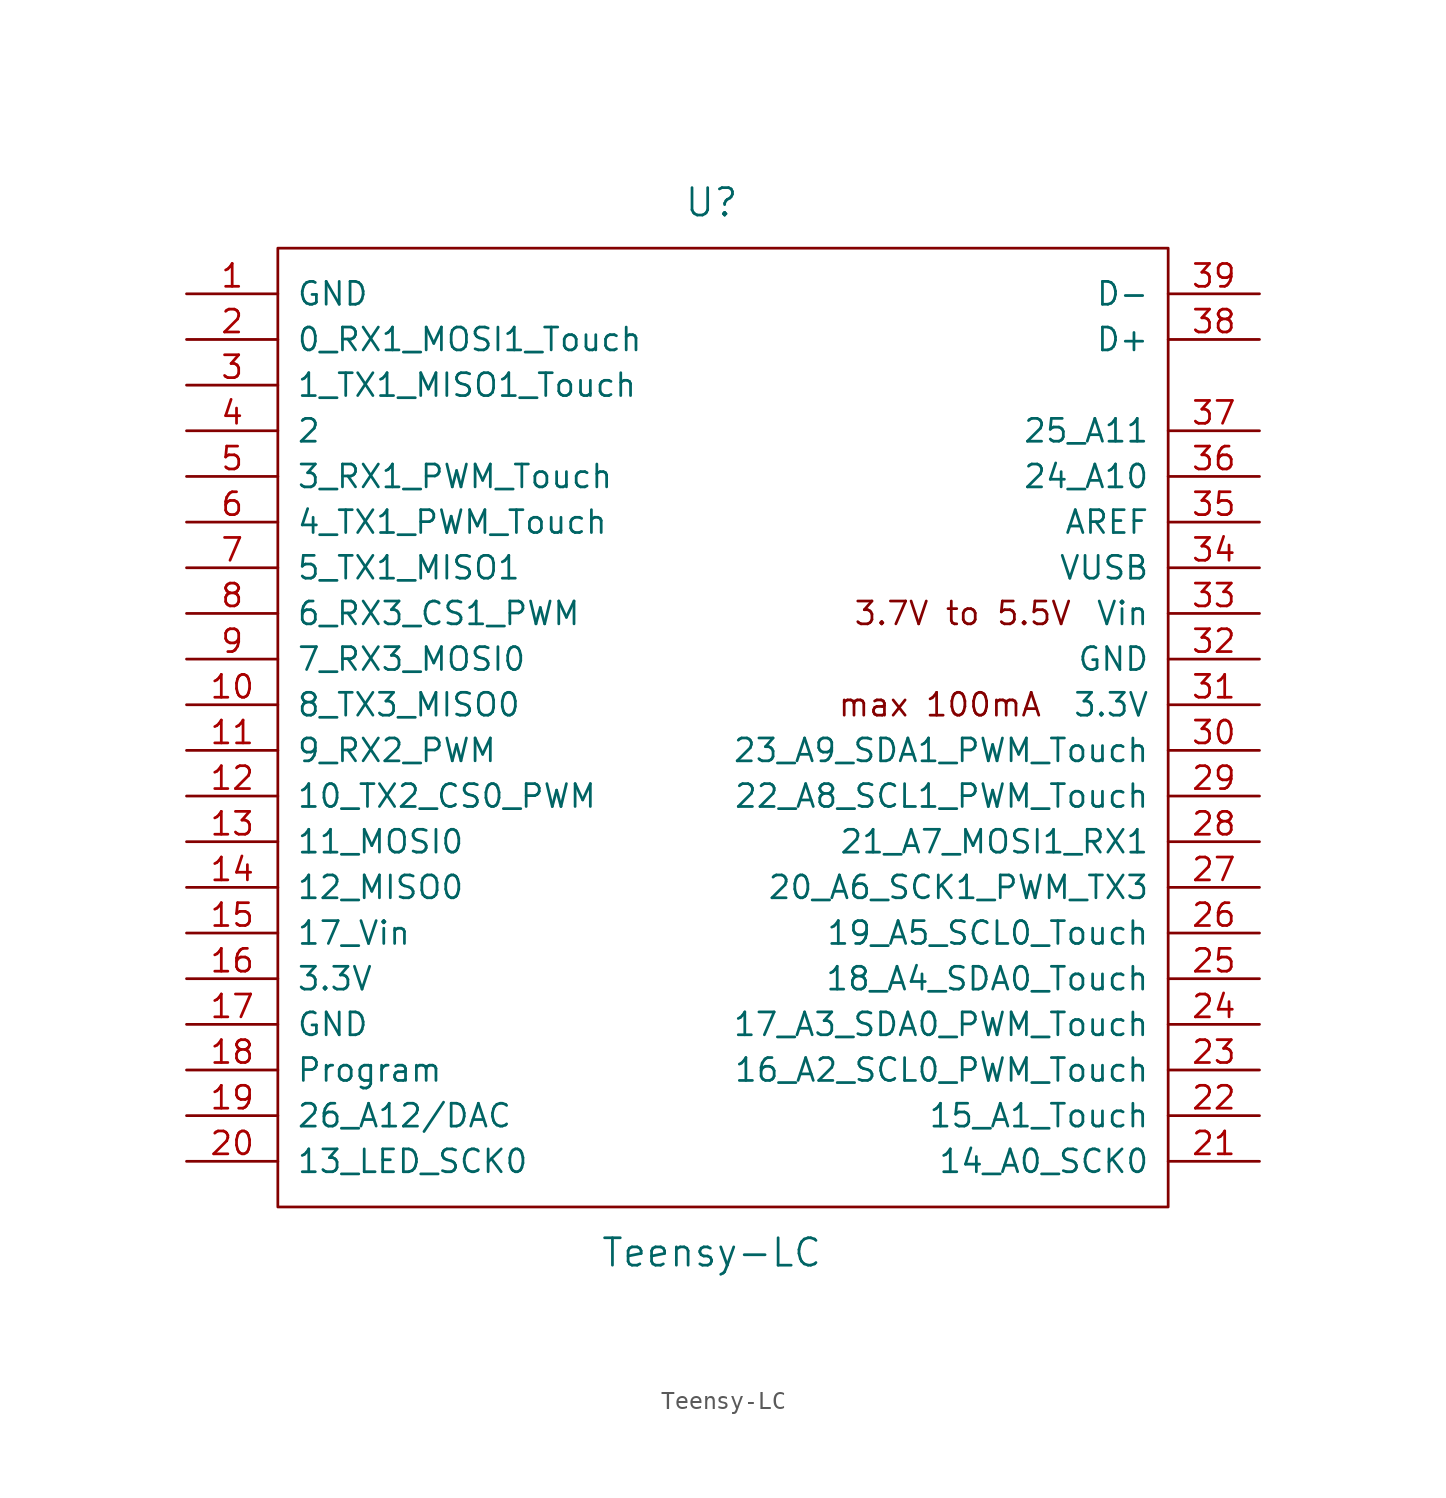
<source format=kicad_sym>
(kicad_symbol_lib
  (version 20211014)
  (generator kicad_symbol_editor)
  (symbol "Teensy-LC"
    (pin_names
      (offset 1.016))
    (property "Reference" "U"
      (at 0 29.21 0)
      (effects (font (size 1.524 1.524))))
    (property "Value" "Teensy-LC"
      (at 0 -29.21 0)
      (effects (font (size 1.524 1.524))))
    (property "Footprint" ""
      (at 0 -13.97 0)
      (effects (font (size 1.524 1.524))))
    (property "Datasheet" ""
      (at 0 -13.97 0)
      (effects (font (size 1.524 1.524))))
    (symbol "Teensy-LC_0_0"
      (text "3.7V to 5.5V" (at 13.97 6.35 0) (effects (font (size 1.27 1.27))))
      (text "max 100mA" (at 12.7 1.27 0) (effects (font (size 1.27 1.27)))))
    (symbol "Teensy-LC_0_1"
      (rectangle (start -24.13 26.67) (end 25.4 -26.67) (stroke (width 0) (type default) (color 0 0 0 0)) (fill (type none))))
    (symbol "Teensy-LC_1_1"
      (pin power_in line (at -29.21 24.13 0) (length 5.08) (name "GND" (effects (font (size 1.27 1.27)))) (number "1" (effects (font (size 1.27 1.27)))))
      (pin bidirectional line (at -29.21 1.27 0) (length 5.08) (name "8_TX3_MISO0" (effects (font (size 1.27 1.27)))) (number "10" (effects (font (size 1.27 1.27)))))
      (pin bidirectional line (at -29.21 -1.27 0) (length 5.08) (name "9_RX2_PWM" (effects (font (size 1.27 1.27)))) (number "11" (effects (font (size 1.27 1.27)))))
      (pin bidirectional line (at -29.21 -3.81 0) (length 5.08) (name "10_TX2_CS0_PWM" (effects (font (size 1.27 1.27)))) (number "12" (effects (font (size 1.27 1.27)))))
      (pin bidirectional line (at -29.21 -6.35 0) (length 5.08) (name "11_MOSI0" (effects (font (size 1.27 1.27)))) (number "13" (effects (font (size 1.27 1.27)))))
      (pin bidirectional line (at -29.21 -8.89 0) (length 5.08) (name "12_MISO0" (effects (font (size 1.27 1.27)))) (number "14" (effects (font (size 1.27 1.27)))))
      (pin output line (at -29.21 -11.43 0) (length 5.08) (name "17_Vin" (effects (font (size 1.27 1.27)))) (number "15" (effects (font (size 1.27 1.27)))))
      (pin power_in line (at -29.21 -13.97 0) (length 5.08) (name "3.3V" (effects (font (size 1.27 1.27)))) (number "16" (effects (font (size 1.27 1.27)))))
      (pin power_in line (at -29.21 -16.51 0) (length 5.08) (name "GND" (effects (font (size 1.27 1.27)))) (number "17" (effects (font (size 1.27 1.27)))))
      (pin input line (at -29.21 -19.05 0) (length 5.08) (name "Program" (effects (font (size 1.27 1.27)))) (number "18" (effects (font (size 1.27 1.27)))))
      (pin bidirectional line (at -29.21 -21.59 0) (length 5.08) (name "26_A12/DAC" (effects (font (size 1.27 1.27)))) (number "19" (effects (font (size 1.27 1.27)))))
      (pin bidirectional line (at -29.21 21.59 0) (length 5.08) (name "0_RX1_MOSI1_Touch" (effects (font (size 1.27 1.27)))) (number "2" (effects (font (size 1.27 1.27)))))
      (pin bidirectional line (at -29.21 -24.13 0) (length 5.08) (name "13_LED_SCK0" (effects (font (size 1.27 1.27)))) (number "20" (effects (font (size 1.27 1.27)))))
      (pin bidirectional line (at 30.48 -24.13 180) (length 5.08) (name "14_A0_SCK0" (effects (font (size 1.27 1.27)))) (number "21" (effects (font (size 1.27 1.27)))))
      (pin bidirectional line (at 30.48 -21.59 180) (length 5.08) (name "15_A1_Touch" (effects (font (size 1.27 1.27)))) (number "22" (effects (font (size 1.27 1.27)))))
      (pin bidirectional line (at 30.48 -19.05 180) (length 5.08) (name "16_A2_SCL0_PWM_Touch" (effects (font (size 1.27 1.27)))) (number "23" (effects (font (size 1.27 1.27)))))
      (pin bidirectional line (at 30.48 -16.51 180) (length 5.08) (name "17_A3_SDA0_PWM_Touch" (effects (font (size 1.27 1.27)))) (number "24" (effects (font (size 1.27 1.27)))))
      (pin bidirectional line (at 30.48 -13.97 180) (length 5.08) (name "18_A4_SDA0_Touch" (effects (font (size 1.27 1.27)))) (number "25" (effects (font (size 1.27 1.27)))))
      (pin bidirectional line (at 30.48 -11.43 180) (length 5.08) (name "19_A5_SCL0_Touch" (effects (font (size 1.27 1.27)))) (number "26" (effects (font (size 1.27 1.27)))))
      (pin bidirectional line (at 30.48 -8.89 180) (length 5.08) (name "20_A6_SCK1_PWM_TX3" (effects (font (size 1.27 1.27)))) (number "27" (effects (font (size 1.27 1.27)))))
      (pin bidirectional line (at 30.48 -6.35 180) (length 5.08) (name "21_A7_MOSI1_RX1" (effects (font (size 1.27 1.27)))) (number "28" (effects (font (size 1.27 1.27)))))
      (pin bidirectional line (at 30.48 -3.81 180) (length 5.08) (name "22_A8_SCL1_PWM_Touch" (effects (font (size 1.27 1.27)))) (number "29" (effects (font (size 1.27 1.27)))))
      (pin bidirectional line (at -29.21 19.05 0) (length 5.08) (name "1_TX1_MISO1_Touch" (effects (font (size 1.27 1.27)))) (number "3" (effects (font (size 1.27 1.27)))))
      (pin bidirectional line (at 30.48 -1.27 180) (length 5.08) (name "23_A9_SDA1_PWM_Touch" (effects (font (size 1.27 1.27)))) (number "30" (effects (font (size 1.27 1.27)))))
      (pin power_out line (at 30.48 1.27 180) (length 5.08) (name "3.3V" (effects (font (size 1.27 1.27)))) (number "31" (effects (font (size 1.27 1.27)))))
      (pin power_in line (at 30.48 3.81 180) (length 5.08) (name "GND" (effects (font (size 1.27 1.27)))) (number "32" (effects (font (size 1.27 1.27)))))
      (pin power_in line (at 30.48 6.35 180) (length 5.08) (name "Vin" (effects (font (size 1.27 1.27)))) (number "33" (effects (font (size 1.27 1.27)))))
      (pin power_in line (at 30.48 8.89 180) (length 5.08) (name "VUSB" (effects (font (size 1.27 1.27)))) (number "34" (effects (font (size 1.27 1.27)))))
      (pin input line (at 30.48 11.43 180) (length 5.08) (name "AREF" (effects (font (size 1.27 1.27)))) (number "35" (effects (font (size 1.27 1.27)))))
      (pin bidirectional line (at 30.48 13.97 180) (length 5.08) (name "24_A10" (effects (font (size 1.27 1.27)))) (number "36" (effects (font (size 1.27 1.27)))))
      (pin bidirectional line (at 30.48 16.51 180) (length 5.08) (name "25_A11" (effects (font (size 1.27 1.27)))) (number "37" (effects (font (size 1.27 1.27)))))
      (pin bidirectional line (at 30.48 21.59 180) (length 5.08) (name "D+" (effects (font (size 1.27 1.27)))) (number "38" (effects (font (size 1.27 1.27)))))
      (pin bidirectional line (at 30.48 24.13 180) (length 5.08) (name "D-" (effects (font (size 1.27 1.27)))) (number "39" (effects (font (size 1.27 1.27)))))
      (pin bidirectional line (at -29.21 16.51 0) (length 5.08) (name "2" (effects (font (size 1.27 1.27)))) (number "4" (effects (font (size 1.27 1.27)))))
      (pin bidirectional line (at -29.21 13.97 0) (length 5.08) (name "3_RX1_PWM_Touch" (effects (font (size 1.27 1.27)))) (number "5" (effects (font (size 1.27 1.27)))))
      (pin bidirectional line (at -29.21 11.43 0) (length 5.08) (name "4_TX1_PWM_Touch" (effects (font (size 1.27 1.27)))) (number "6" (effects (font (size 1.27 1.27)))))
      (pin bidirectional line (at -29.21 8.89 0) (length 5.08) (name "5_TX1_MISO1" (effects (font (size 1.27 1.27)))) (number "7" (effects (font (size 1.27 1.27)))))
      (pin bidirectional line (at -29.21 6.35 0) (length 5.08) (name "6_RX3_CS1_PWM" (effects (font (size 1.27 1.27)))) (number "8" (effects (font (size 1.27 1.27)))))
      (pin bidirectional line (at -29.21 3.81 0) (length 5.08) (name "7_RX3_MOSI0" (effects (font (size 1.27 1.27)))) (number "9" (effects (font (size 1.27 1.27))))))))
</source>
